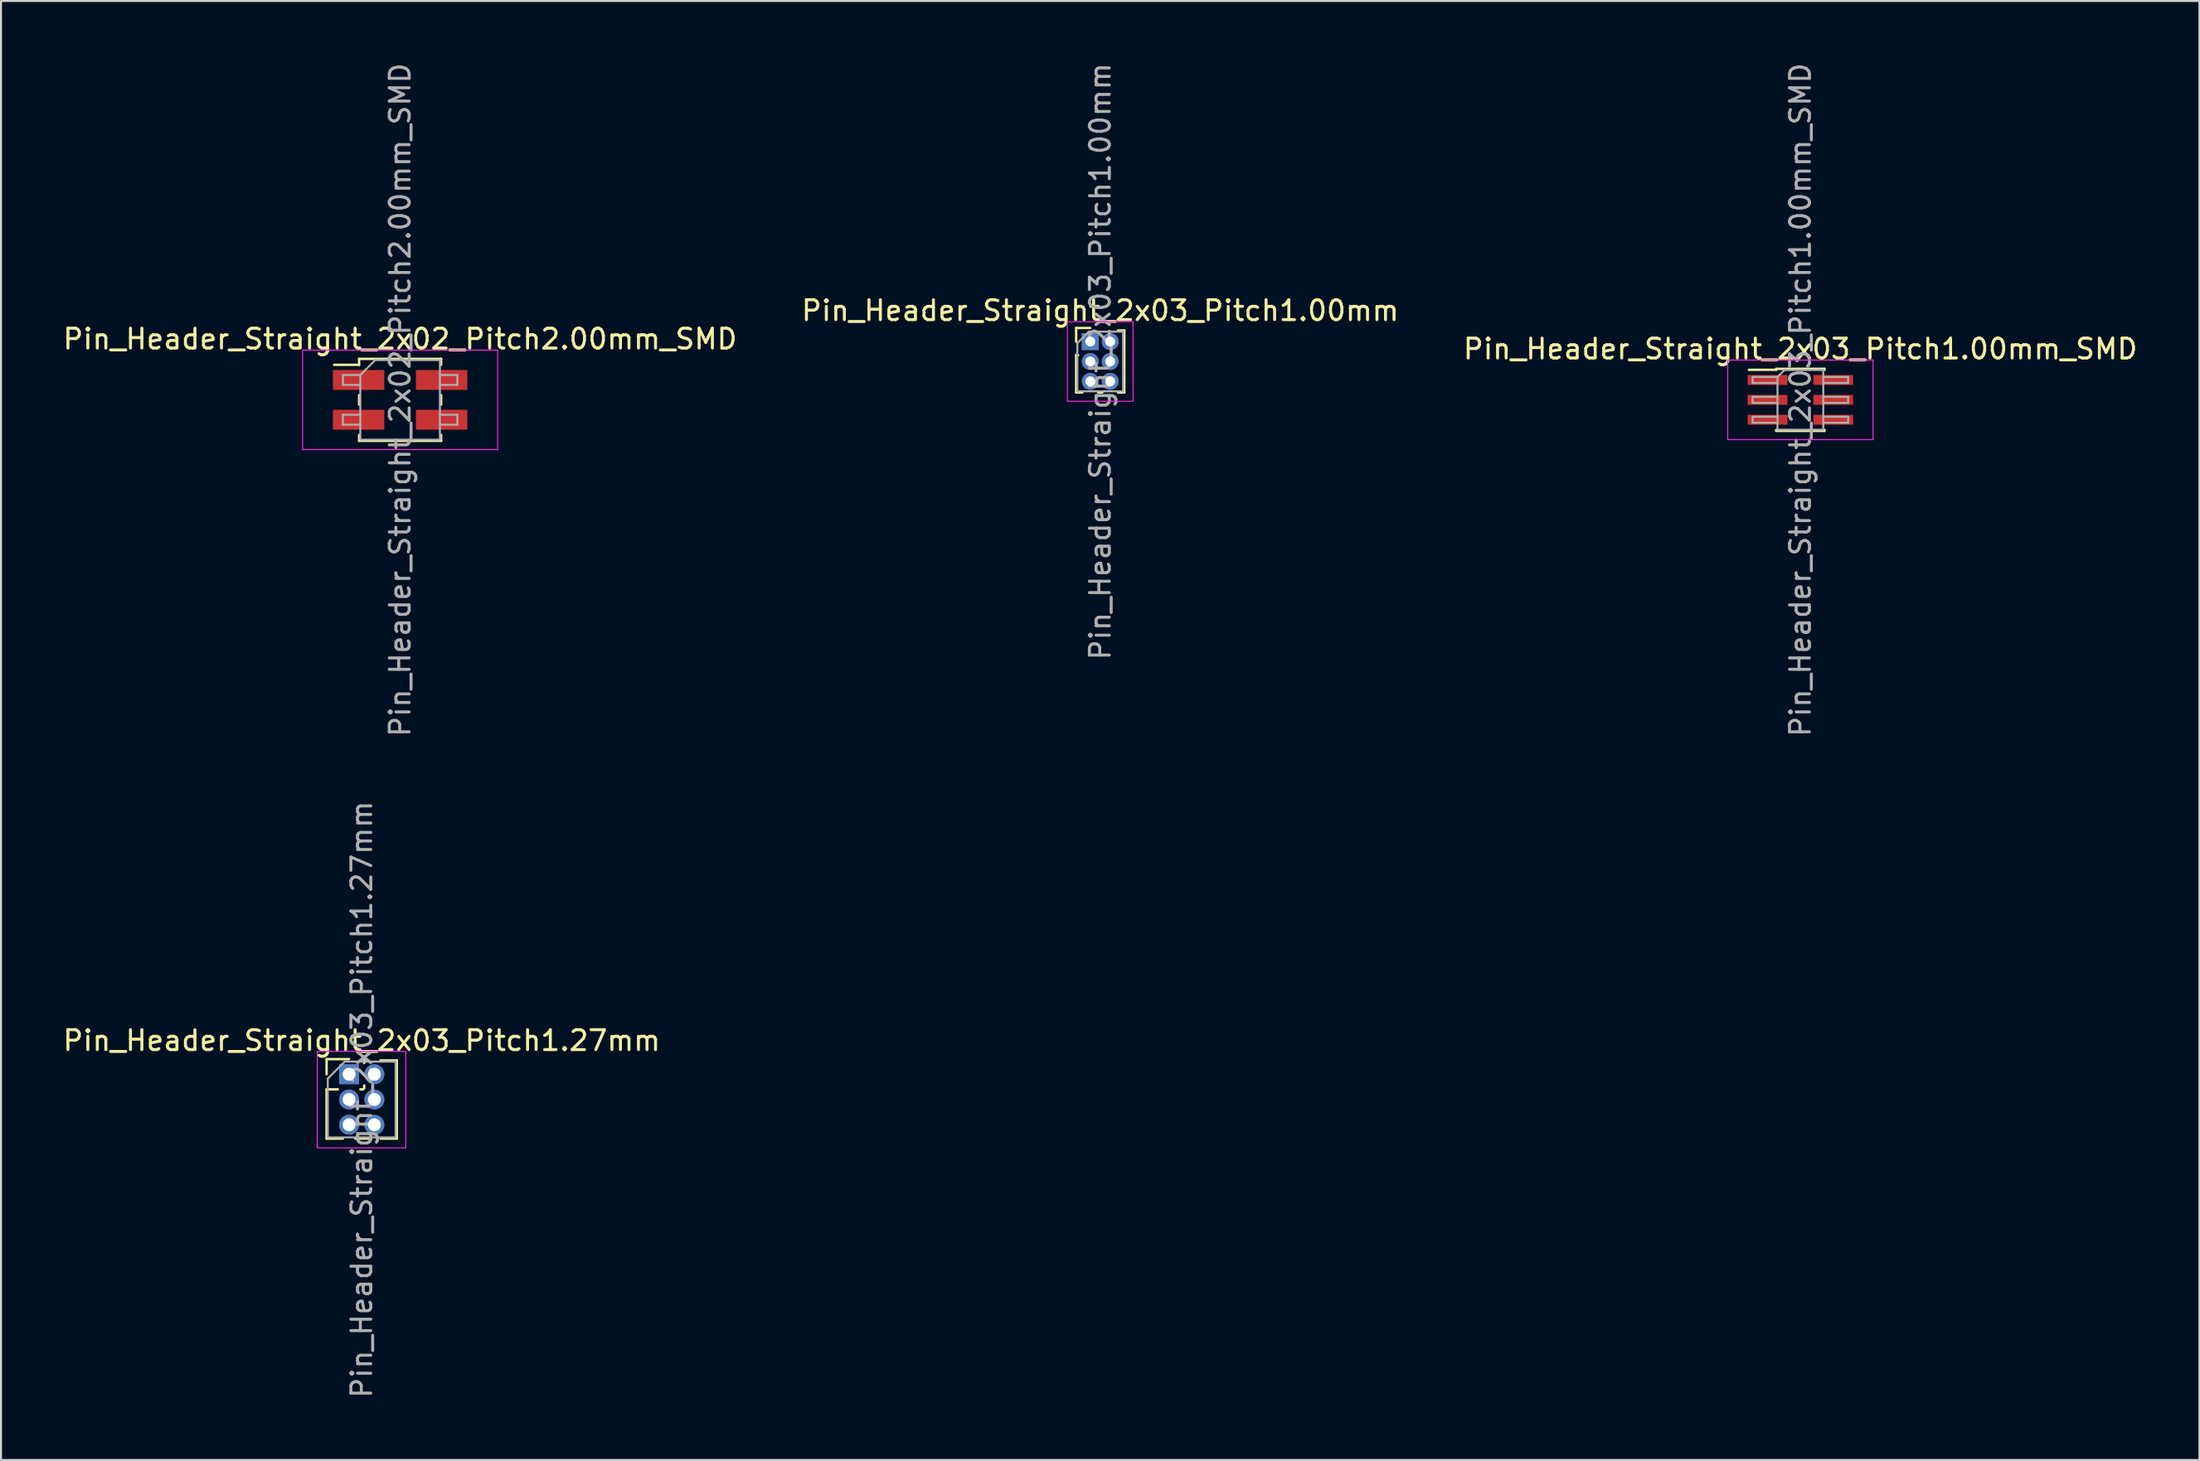
<source format=kicad_pcb>
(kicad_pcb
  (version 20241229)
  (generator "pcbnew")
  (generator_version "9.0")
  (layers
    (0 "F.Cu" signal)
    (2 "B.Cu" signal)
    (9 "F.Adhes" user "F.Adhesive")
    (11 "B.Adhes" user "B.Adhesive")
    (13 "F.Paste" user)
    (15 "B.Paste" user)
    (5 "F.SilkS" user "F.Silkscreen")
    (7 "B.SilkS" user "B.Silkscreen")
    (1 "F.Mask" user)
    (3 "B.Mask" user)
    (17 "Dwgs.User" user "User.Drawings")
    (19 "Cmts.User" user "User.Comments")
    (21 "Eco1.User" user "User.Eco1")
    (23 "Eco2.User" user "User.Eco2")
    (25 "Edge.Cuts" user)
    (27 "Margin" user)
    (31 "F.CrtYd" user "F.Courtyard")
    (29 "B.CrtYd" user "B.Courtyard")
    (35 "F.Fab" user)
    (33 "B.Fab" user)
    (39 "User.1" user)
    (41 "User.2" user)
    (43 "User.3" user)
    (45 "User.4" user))
  (footprint "Pin_Header_Straight_2x02_Pitch2.00mm_SMD"
    (layer "F.Cu")
    (at 17.054 17.054)
    (property "Reference" "Pin_Header_Straight_2x02_Pitch2.00mm_SMD" (at 0 -3.06 0) (layer "F.SilkS") (effects (font (size 1 1) (thickness 0.15))))
    (attr smd)
    (fp_line (start -3.315 -1.76) (end -2.06 -1.76) (stroke (width 0.12) (type solid)) (layer "F.SilkS"))
    (fp_line (start -2.06 -2.06) (end -2.06 -1.76) (stroke (width 0.12) (type solid)) (layer "F.SilkS"))
    (fp_line (start -2.06 -2.06) (end 2.06 -2.06) (stroke (width 0.12) (type solid)) (layer "F.SilkS"))
    (fp_line (start -2.06 -0.24) (end -2.06 0.24) (stroke (width 0.12) (type solid)) (layer "F.SilkS"))
    (fp_line (start -2.06 1.76) (end -2.06 2.06) (stroke (width 0.12) (type solid)) (layer "F.SilkS"))
    (fp_line (start -2.06 2.06) (end 2.06 2.06) (stroke (width 0.12) (type solid)) (layer "F.SilkS"))
    (fp_line (start 2.06 -2.06) (end 2.06 -1.76) (stroke (width 0.12) (type solid)) (layer "F.SilkS"))
    (fp_line (start 2.06 -0.24) (end 2.06 0.24) (stroke (width 0.12) (type solid)) (layer "F.SilkS"))
    (fp_line (start 2.06 1.76) (end 2.06 2.06) (stroke (width 0.12) (type solid)) (layer "F.SilkS"))
    (fp_line (start -4.9 -2.5) (end -4.9 2.5) (stroke (width 0.05) (type solid)) (layer "F.CrtYd"))
    (fp_line (start -4.9 2.5) (end 4.9 2.5) (stroke (width 0.05) (type solid)) (layer "F.CrtYd"))
    (fp_line (start 4.9 -2.5) (end -4.9 -2.5) (stroke (width 0.05) (type solid)) (layer "F.CrtYd"))
    (fp_line (start 4.9 2.5) (end 4.9 -2.5) (stroke (width 0.05) (type solid)) (layer "F.CrtYd"))
    (fp_line (start -2.875 -1.25) (end -2.875 -0.75) (stroke (width 0.1) (type solid)) (layer "F.Fab"))
    (fp_line (start -2.875 -0.75) (end -2 -0.75) (stroke (width 0.1) (type solid)) (layer "F.Fab"))
    (fp_line (start -2.875 0.75) (end -2.875 1.25) (stroke (width 0.1) (type solid)) (layer "F.Fab"))
    (fp_line (start -2.875 1.25) (end -2 1.25) (stroke (width 0.1) (type solid)) (layer "F.Fab"))
    (fp_line (start -2 -1.25) (end -2.875 -1.25) (stroke (width 0.1) (type solid)) (layer "F.Fab"))
    (fp_line (start -2 -1.25) (end -1.25 -2) (stroke (width 0.1) (type solid)) (layer "F.Fab"))
    (fp_line (start -2 0.75) (end -2.875 0.75) (stroke (width 0.1) (type solid)) (layer "F.Fab"))
    (fp_line (start -2 2) (end -2 -1.25) (stroke (width 0.1) (type solid)) (layer "F.Fab"))
    (fp_line (start -1.25 -2) (end 2 -2) (stroke (width 0.1) (type solid)) (layer "F.Fab"))
    (fp_line (start 2 -2) (end 2 2) (stroke (width 0.1) (type solid)) (layer "F.Fab"))
    (fp_line (start 2 -1.25) (end 2.875 -1.25) (stroke (width 0.1) (type solid)) (layer "F.Fab"))
    (fp_line (start 2 0.75) (end 2.875 0.75) (stroke (width 0.1) (type solid)) (layer "F.Fab"))
    (fp_line (start 2 2) (end -2 2) (stroke (width 0.1) (type solid)) (layer "F.Fab"))
    (fp_line (start 2.875 -1.25) (end 2.875 -0.75) (stroke (width 0.1) (type solid)) (layer "F.Fab"))
    (fp_line (start 2.875 -0.75) (end 2 -0.75) (stroke (width 0.1) (type solid)) (layer "F.Fab"))
    (fp_line (start 2.875 0.75) (end 2.875 1.25) (stroke (width 0.1) (type solid)) (layer "F.Fab"))
    (fp_line (start 2.875 1.25) (end 2 1.25) (stroke (width 0.1) (type solid)) (layer "F.Fab"))
    (fp_text user "${REFERENCE}" (at 0 0 90) (layer "F.Fab") (effects (font (size 1 1) (thickness 0.15))))
    (pad "1" smd rect (at -2.085 -1) (size 2.58 1) (layers "F.Cu" "F.Mask" "F.Paste"))
    (pad "2" smd rect (at 2.085 -1) (size 2.58 1) (layers "F.Cu" "F.Mask" "F.Paste"))
    (pad "3" smd rect (at -2.085 1) (size 2.58 1) (layers "F.Cu" "F.Mask" "F.Paste"))
    (pad "4" smd rect (at 2.085 1) (size 2.58 1) (layers "F.Cu" "F.Mask" "F.Paste")))
  (footprint "Pin_Header_Straight_2x03_Pitch1.27mm"
    (layer "F.Cu")
    (at 14.49 50.962)
    (property "Reference" "Pin_Header_Straight_2x03_Pitch1.27mm" (at 0.635 -1.695 0) (layer "F.SilkS") (effects (font (size 1 1) (thickness 0.15))))
    (attr through_hole)
    (fp_line (start -1.13 -0.76) (end 0 -0.76) (stroke (width 0.12) (type solid)) (layer "F.SilkS"))
    (fp_line (start -1.13 0) (end -1.13 -0.76) (stroke (width 0.12) (type solid)) (layer "F.SilkS"))
    (fp_line (start -1.13 0.76) (end -1.13 3.235) (stroke (width 0.12) (type solid)) (layer "F.SilkS"))
    (fp_line (start -1.13 0.76) (end -0.563 0.76) (stroke (width 0.12) (type solid)) (layer "F.SilkS"))
    (fp_line (start -1.13 3.235) (end -0.308 3.235) (stroke (width 0.12) (type solid)) (layer "F.SilkS"))
    (fp_line (start 0.308 3.235) (end 0.962 3.235) (stroke (width 0.12) (type solid)) (layer "F.SilkS"))
    (fp_line (start 0.563 0.76) (end 0.707 0.76) (stroke (width 0.12) (type solid)) (layer "F.SilkS"))
    (fp_line (start 0.76 -0.695) (end 0.962 -0.695) (stroke (width 0.12) (type solid)) (layer "F.SilkS"))
    (fp_line (start 0.76 -0.563) (end 0.76 -0.695) (stroke (width 0.12) (type solid)) (layer "F.SilkS"))
    (fp_line (start 0.76 0.707) (end 0.76 0.563) (stroke (width 0.12) (type solid)) (layer "F.SilkS"))
    (fp_line (start 1.578 -0.695) (end 2.4 -0.695) (stroke (width 0.12) (type solid)) (layer "F.SilkS"))
    (fp_line (start 1.578 3.235) (end 2.4 3.235) (stroke (width 0.12) (type solid)) (layer "F.SilkS"))
    (fp_line (start 2.4 -0.695) (end 2.4 3.235) (stroke (width 0.12) (type solid)) (layer "F.SilkS"))
    (fp_line (start -1.6 -1.15) (end -1.6 3.7) (stroke (width 0.05) (type solid)) (layer "F.CrtYd"))
    (fp_line (start -1.6 3.7) (end 2.85 3.7) (stroke (width 0.05) (type solid)) (layer "F.CrtYd"))
    (fp_line (start 2.85 -1.15) (end -1.6 -1.15) (stroke (width 0.05) (type solid)) (layer "F.CrtYd"))
    (fp_line (start 2.85 3.7) (end 2.85 -1.15) (stroke (width 0.05) (type solid)) (layer "F.CrtYd"))
    (fp_line (start -1.07 0.217) (end -0.217 -0.635) (stroke (width 0.1) (type solid)) (layer "F.Fab"))
    (fp_line (start -1.07 3.175) (end -1.07 0.217) (stroke (width 0.1) (type solid)) (layer "F.Fab"))
    (fp_line (start -0.217 -0.635) (end 2.34 -0.635) (stroke (width 0.1) (type solid)) (layer "F.Fab"))
    (fp_line (start 2.34 -0.635) (end 2.34 3.175) (stroke (width 0.1) (type solid)) (layer "F.Fab"))
    (fp_line (start 2.34 3.175) (end -1.07 3.175) (stroke (width 0.1) (type solid)) (layer "F.Fab"))
    (fp_text user "${REFERENCE}" (at 0.635 1.27 90) (layer "F.Fab") (effects (font (size 1 1) (thickness 0.15))))
    (pad "1" thru_hole rect (at 0 0) (size 1 1) (drill 0.65) (layers "*.Cu" "*.Mask"))
    (pad "2" thru_hole oval (at 1.27 0) (size 1 1) (drill 0.65) (layers "*.Cu" "*.Mask"))
    (pad "3" thru_hole oval (at 0 1.27) (size 1 1) (drill 0.65) (layers "*.Cu" "*.Mask"))
    (pad "4" thru_hole oval (at 1.27 1.27) (size 1 1) (drill 0.65) (layers "*.Cu" "*.Mask"))
    (pad "5" thru_hole oval (at 0 2.54) (size 1 1) (drill 0.65) (layers "*.Cu" "*.Mask"))
    (pad "6" thru_hole oval (at 1.27 2.54) (size 1 1) (drill 0.65) (layers "*.Cu" "*.Mask")))
  (footprint "Pin_Header_Straight_2x03_Pitch1.00mm"
    (layer "F.Cu")
    (at 51.732 14.125)
    (property "Reference" "Pin_Header_Straight_2x03_Pitch1.00mm" (at 0.5 -1.56 0) (layer "F.SilkS") (effects (font (size 1 1) (thickness 0.15))))
    (attr through_hole)
    (fp_line (start -0.71 -0.685) (end 0 -0.685) (stroke (width 0.12) (type solid)) (layer "F.SilkS"))
    (fp_line (start -0.71 0) (end -0.71 -0.685) (stroke (width 0.12) (type solid)) (layer "F.SilkS"))
    (fp_line (start -0.71 0.685) (end -0.71 2.56) (stroke (width 0.12) (type solid)) (layer "F.SilkS"))
    (fp_line (start -0.71 0.685) (end -0.608 0.685) (stroke (width 0.12) (type solid)) (layer "F.SilkS"))
    (fp_line (start -0.71 2.56) (end -0.394 2.56) (stroke (width 0.12) (type solid)) (layer "F.SilkS"))
    (fp_line (start 0.394 2.56) (end 0.606 2.56) (stroke (width 0.12) (type solid)) (layer "F.SilkS"))
    (fp_line (start 1.394 -0.56) (end 1.71 -0.56) (stroke (width 0.12) (type solid)) (layer "F.SilkS"))
    (fp_line (start 1.394 2.56) (end 1.71 2.56) (stroke (width 0.12) (type solid)) (layer "F.SilkS"))
    (fp_line (start 1.71 -0.56) (end 1.71 2.56) (stroke (width 0.12) (type solid)) (layer "F.SilkS"))
    (fp_line (start -1.15 -1) (end -1.15 3) (stroke (width 0.05) (type solid)) (layer "F.CrtYd"))
    (fp_line (start -1.15 3) (end 2.15 3) (stroke (width 0.05) (type solid)) (layer "F.CrtYd"))
    (fp_line (start 2.15 -1) (end -1.15 -1) (stroke (width 0.05) (type solid)) (layer "F.CrtYd"))
    (fp_line (start 2.15 3) (end 2.15 -1) (stroke (width 0.05) (type solid)) (layer "F.CrtYd"))
    (fp_line (start -0.65 0.075) (end -0.075 -0.5) (stroke (width 0.1) (type solid)) (layer "F.Fab"))
    (fp_line (start -0.65 2.5) (end -0.65 0.075) (stroke (width 0.1) (type solid)) (layer "F.Fab"))
    (fp_line (start -0.075 -0.5) (end 1.65 -0.5) (stroke (width 0.1) (type solid)) (layer "F.Fab"))
    (fp_line (start 1.65 -0.5) (end 1.65 2.5) (stroke (width 0.1) (type solid)) (layer "F.Fab"))
    (fp_line (start 1.65 2.5) (end -0.65 2.5) (stroke (width 0.1) (type solid)) (layer "F.Fab"))
    (fp_text user "${REFERENCE}" (at 0.5 1 90) (layer "F.Fab") (effects (font (size 1 1) (thickness 0.15))))
    (pad "1" thru_hole rect (at 0 0) (size 0.85 0.85) (drill 0.5) (layers "*.Cu" "*.Mask"))
    (pad "2" thru_hole oval (at 1 0) (size 0.85 0.85) (drill 0.5) (layers "*.Cu" "*.Mask"))
    (pad "3" thru_hole oval (at 0 1) (size 0.85 0.85) (drill 0.5) (layers "*.Cu" "*.Mask"))
    (pad "4" thru_hole oval (at 1 1) (size 0.85 0.85) (drill 0.5) (layers "*.Cu" "*.Mask"))
    (pad "5" thru_hole oval (at 0 2) (size 0.85 0.85) (drill 0.5) (layers "*.Cu" "*.Mask"))
    (pad "6" thru_hole oval (at 1 2) (size 0.85 0.85) (drill 0.5) (layers "*.Cu" "*.Mask")))
  (footprint "Pin_Header_Straight_2x03_Pitch1.00mm_SMD"
    (layer "F.Cu")
    (at 87.411 17.054)
    (property "Reference" "Pin_Header_Straight_2x03_Pitch1.00mm_SMD" (at 0 -2.56 0) (layer "F.SilkS") (effects (font (size 1 1) (thickness 0.15))))
    (attr smd)
    (fp_line (start -2.59 -1.51) (end -1.21 -1.51) (stroke (width 0.12) (type solid)) (layer "F.SilkS"))
    (fp_line (start -1.21 -1.56) (end -1.21 -1.51) (stroke (width 0.12) (type solid)) (layer "F.SilkS"))
    (fp_line (start -1.21 -1.56) (end 1.21 -1.56) (stroke (width 0.12) (type solid)) (layer "F.SilkS"))
    (fp_line (start -1.21 1.51) (end -1.21 1.56) (stroke (width 0.12) (type solid)) (layer "F.SilkS"))
    (fp_line (start -1.21 1.56) (end 1.21 1.56) (stroke (width 0.12) (type solid)) (layer "F.SilkS"))
    (fp_line (start 1.21 -1.56) (end 1.21 -1.51) (stroke (width 0.12) (type solid)) (layer "F.SilkS"))
    (fp_line (start 1.21 1.51) (end 1.21 1.56) (stroke (width 0.12) (type solid)) (layer "F.SilkS"))
    (fp_line (start -3.65 -2) (end -3.65 2) (stroke (width 0.05) (type solid)) (layer "F.CrtYd"))
    (fp_line (start -3.65 2) (end 3.65 2) (stroke (width 0.05) (type solid)) (layer "F.CrtYd"))
    (fp_line (start 3.65 -2) (end -3.65 -2) (stroke (width 0.05) (type solid)) (layer "F.CrtYd"))
    (fp_line (start 3.65 2) (end 3.65 -2) (stroke (width 0.05) (type solid)) (layer "F.CrtYd"))
    (fp_line (start -2.4 -1.15) (end -2.4 -0.85) (stroke (width 0.1) (type solid)) (layer "F.Fab"))
    (fp_line (start -2.4 -0.85) (end -1.15 -0.85) (stroke (width 0.1) (type solid)) (layer "F.Fab"))
    (fp_line (start -2.4 -0.15) (end -2.4 0.15) (stroke (width 0.1) (type solid)) (layer "F.Fab"))
    (fp_line (start -2.4 0.15) (end -1.15 0.15) (stroke (width 0.1) (type solid)) (layer "F.Fab"))
    (fp_line (start -2.4 0.85) (end -2.4 1.15) (stroke (width 0.1) (type solid)) (layer "F.Fab"))
    (fp_line (start -2.4 1.15) (end -1.15 1.15) (stroke (width 0.1) (type solid)) (layer "F.Fab"))
    (fp_line (start -1.15 -1.15) (end -2.4 -1.15) (stroke (width 0.1) (type solid)) (layer "F.Fab"))
    (fp_line (start -1.15 -1.15) (end -0.8 -1.5) (stroke (width 0.1) (type solid)) (layer "F.Fab"))
    (fp_line (start -1.15 -0.15) (end -2.4 -0.15) (stroke (width 0.1) (type solid)) (layer "F.Fab"))
    (fp_line (start -1.15 0.85) (end -2.4 0.85) (stroke (width 0.1) (type solid)) (layer "F.Fab"))
    (fp_line (start -1.15 1.5) (end -1.15 -1.15) (stroke (width 0.1) (type solid)) (layer "F.Fab"))
    (fp_line (start -0.8 -1.5) (end 1.15 -1.5) (stroke (width 0.1) (type solid)) (layer "F.Fab"))
    (fp_line (start 1.15 -1.5) (end 1.15 1.5) (stroke (width 0.1) (type solid)) (layer "F.Fab"))
    (fp_line (start 1.15 -1.15) (end 2.4 -1.15) (stroke (width 0.1) (type solid)) (layer "F.Fab"))
    (fp_line (start 1.15 -0.15) (end 2.4 -0.15) (stroke (width 0.1) (type solid)) (layer "F.Fab"))
    (fp_line (start 1.15 0.85) (end 2.4 0.85) (stroke (width 0.1) (type solid)) (layer "F.Fab"))
    (fp_line (start 1.15 1.5) (end -1.15 1.5) (stroke (width 0.1) (type solid)) (layer "F.Fab"))
    (fp_line (start 2.4 -1.15) (end 2.4 -0.85) (stroke (width 0.1) (type solid)) (layer "F.Fab"))
    (fp_line (start 2.4 -0.85) (end 1.15 -0.85) (stroke (width 0.1) (type solid)) (layer "F.Fab"))
    (fp_line (start 2.4 -0.15) (end 2.4 0.15) (stroke (width 0.1) (type solid)) (layer "F.Fab"))
    (fp_line (start 2.4 0.15) (end 1.15 0.15) (stroke (width 0.1) (type solid)) (layer "F.Fab"))
    (fp_line (start 2.4 0.85) (end 2.4 1.15) (stroke (width 0.1) (type solid)) (layer "F.Fab"))
    (fp_line (start 2.4 1.15) (end 1.15 1.15) (stroke (width 0.1) (type solid)) (layer "F.Fab"))
    (fp_text user "${REFERENCE}" (at 0 0 90) (layer "F.Fab") (effects (font (size 1 1) (thickness 0.15))))
    (pad "1" smd rect (at -1.65 -1) (size 2 0.5) (layers "F.Cu" "F.Mask" "F.Paste"))
    (pad "2" smd rect (at 1.65 -1) (size 2 0.5) (layers "F.Cu" "F.Mask" "F.Paste"))
    (pad "3" smd rect (at -1.65 0) (size 2 0.5) (layers "F.Cu" "F.Mask" "F.Paste"))
    (pad "4" smd rect (at 1.65 0) (size 2 0.5) (layers "F.Cu" "F.Mask" "F.Paste"))
    (pad "5" smd rect (at -1.65 1) (size 2 0.5) (layers "F.Cu" "F.Mask" "F.Paste"))
    (pad "6" smd rect (at 1.65 1) (size 2 0.5) (layers "F.Cu" "F.Mask" "F.Paste")))
  (gr_rect
    (start -3 -3)
    (end 107.464 70.357)
    (stroke (width 0.1) (type default))
    (fill no)
    (layer "Edge.Cuts")))
</source>
